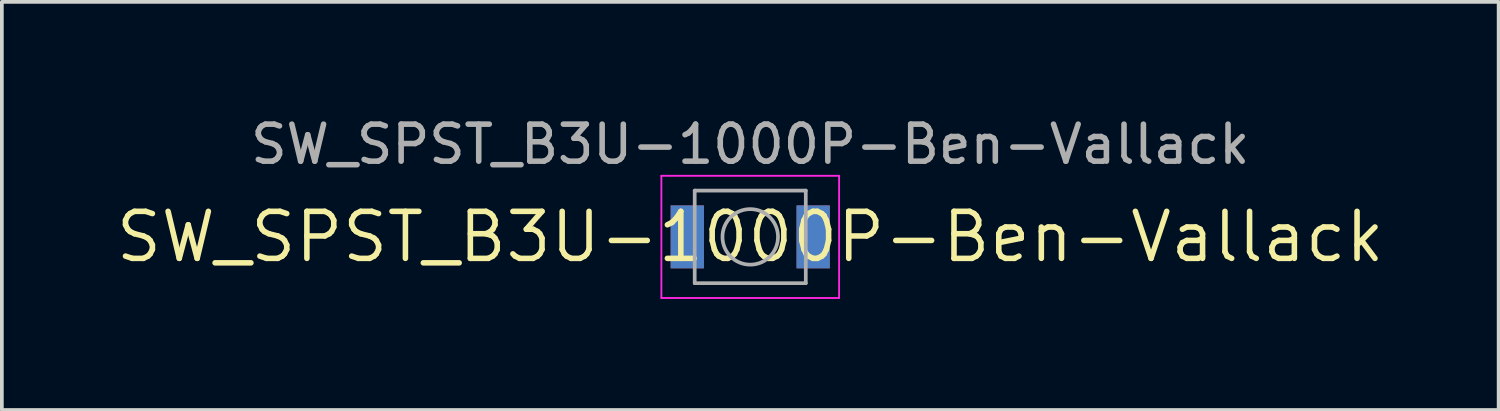
<source format=kicad_pcb>
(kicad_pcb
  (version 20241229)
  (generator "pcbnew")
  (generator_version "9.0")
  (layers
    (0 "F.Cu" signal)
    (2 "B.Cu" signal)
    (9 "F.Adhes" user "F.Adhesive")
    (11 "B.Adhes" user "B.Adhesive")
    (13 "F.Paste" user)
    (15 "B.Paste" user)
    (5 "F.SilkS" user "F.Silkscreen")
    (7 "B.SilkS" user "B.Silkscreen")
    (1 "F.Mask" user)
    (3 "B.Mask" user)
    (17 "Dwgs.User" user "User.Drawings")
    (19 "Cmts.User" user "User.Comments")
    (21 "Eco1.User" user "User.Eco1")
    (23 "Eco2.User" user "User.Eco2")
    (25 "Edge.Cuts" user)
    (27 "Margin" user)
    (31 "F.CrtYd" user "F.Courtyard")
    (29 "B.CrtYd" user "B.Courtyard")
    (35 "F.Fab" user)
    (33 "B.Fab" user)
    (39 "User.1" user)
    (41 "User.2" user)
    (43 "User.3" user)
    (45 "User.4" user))
  (footprint "SW_SPST_B3U-1000P-Ben-Vallack"
    (layer "F.Cu")
    (at 17.213 3.348)
    (property "Reference" "SW_SPST_B3U-1000P-Ben-Vallack" (at 0 0 0) (layer "F.SilkS") (effects (font (size 1.27 1.27) (thickness 0.15))))
    (attr smd)
    (fp_line (start -2.4 -1.65) (end -2.4 1.65) (stroke (width 0.05) (type solid)) (layer "F.CrtYd"))
    (fp_line (start -2.4 1.65) (end 2.4 1.65) (stroke (width 0.05) (type solid)) (layer "F.CrtYd"))
    (fp_line (start 2.4 -1.65) (end -2.4 -1.65) (stroke (width 0.05) (type solid)) (layer "F.CrtYd"))
    (fp_line (start 2.4 1.65) (end 2.4 -1.65) (stroke (width 0.05) (type solid)) (layer "F.CrtYd"))
    (fp_line (start -1.5 -1.25) (end 1.5 -1.25) (stroke (width 0.1) (type solid)) (layer "F.Fab"))
    (fp_line (start -1.5 1.25) (end -1.5 -1.25) (stroke (width 0.1) (type solid)) (layer "F.Fab"))
    (fp_line (start 1.5 -1.25) (end 1.5 1.25) (stroke (width 0.1) (type solid)) (layer "F.Fab"))
    (fp_line (start 1.5 1.25) (end -1.5 1.25) (stroke (width 0.1) (type solid)) (layer "F.Fab"))
    (fp_circle (center 0 0) (end 0.75 0) (stroke (width 0.1) (type solid)) (fill no) (layer "F.Fab"))
    (fp_text user "${REFERENCE}" (at 0 -2.5 0) (layer "F.Fab") (effects (font (size 1 1) (thickness 0.15))))
    (pad "1" smd rect (at -1.7 0) (size 0.9 1.7) (layers "B.Cu" "B.Mask" "B.Paste"))
    (pad "1" smd rect (at 1.7 0) (size 0.9 1.7) (layers "F.Cu" "F.Mask" "F.Paste"))
    (pad "2" smd rect (at -1.7 0) (size 0.9 1.7) (layers "F.Cu" "F.Mask" "F.Paste"))
    (pad "2" smd rect (at 1.7 0) (size 0.9 1.7) (layers "B.Cu" "B.Mask" "B.Paste")))
  (gr_rect
    (start -3 -3)
    (end 37.426 8.023)
    (stroke (width 0.1) (type default))
    (fill no)
    (layer "Edge.Cuts")))
</source>
